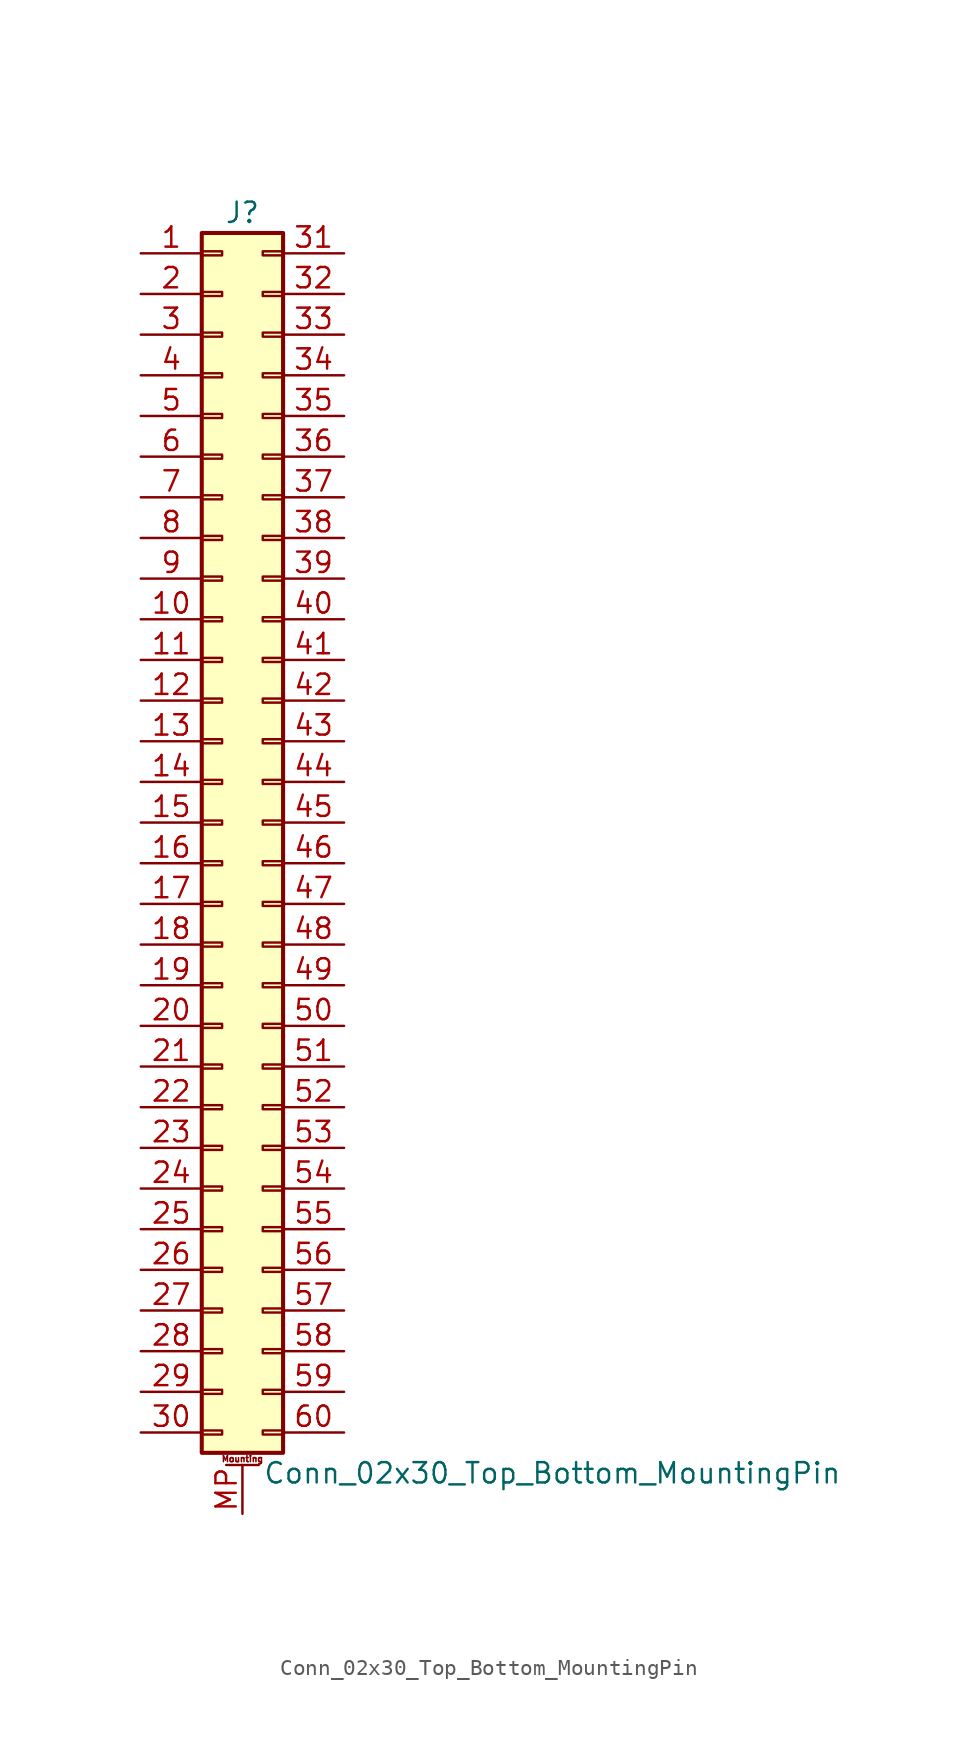
<source format=kicad_sym>
(kicad_symbol_lib
  (version 20201005)
  (generator kicad_symbol_editor)
  (symbol "Connector_Generic_MountingPin:Conn_02x30_Top_Bottom_MountingPin"
    (pin_names
      (offset 1.016) hide)
    (property "Reference" "J"
      (at 1.27 38.1 0)
      (effects (font (size 1.27 1.27))))
    (property "Value" "Conn_02x30_Top_Bottom_MountingPin"
      (at 2.54 -40.64 0)
      (effects (font (size 1.27 1.27)) (justify left)))
    (symbol "Conn_02x30_Top_Bottom_MountingPin_1_1"
      (text "Mounting" (at 1.27 -39.751 0) (effects (font (size 0.381 0.381))))
      (rectangle (start -1.27 -27.813) (end 0 -28.067) (stroke (width 0.152)) (fill (type none)))
      (rectangle (start -1.27 -30.353) (end 0 -30.607) (stroke (width 0.152)) (fill (type none)))
      (rectangle (start -1.27 -32.893) (end 0 -33.147) (stroke (width 0.152)) (fill (type none)))
      (rectangle (start -1.27 -35.433) (end 0 -35.687) (stroke (width 0.152)) (fill (type none)))
      (rectangle (start -1.27 -37.973) (end 0 -38.227) (stroke (width 0.152)) (fill (type none)))
      (rectangle (start -1.27 -4.953) (end 0 -5.207) (stroke (width 0.152)) (fill (type none)))
      (rectangle (start -1.27 -7.493) (end 0 -7.747) (stroke (width 0.152)) (fill (type none)))
      (rectangle (start -1.27 -10.033) (end 0 -10.287) (stroke (width 0.152)) (fill (type none)))
      (rectangle (start -1.27 -12.573) (end 0 -12.827) (stroke (width 0.152)) (fill (type none)))
      (rectangle (start -1.27 -15.113) (end 0 -15.367) (stroke (width 0.152)) (fill (type none)))
      (rectangle (start -1.27 -17.653) (end 0 -17.907) (stroke (width 0.152)) (fill (type none)))
      (rectangle (start -1.27 -20.193) (end 0 -20.447) (stroke (width 0.152)) (fill (type none)))
      (rectangle (start -1.27 -22.733) (end 0 -22.987) (stroke (width 0.152)) (fill (type none)))
      (rectangle (start -1.27 -2.413) (end 0 -2.667) (stroke (width 0.152)) (fill (type none)))
      (rectangle (start -1.27 -25.273) (end 0 -25.527) (stroke (width 0.152)) (fill (type none)))
      (rectangle (start -1.27 25.527) (end 0 25.273) (stroke (width 0.152)) (fill (type none)))
      (rectangle (start -1.27 2.667) (end 0 2.413) (stroke (width 0.152)) (fill (type none)))
      (rectangle (start -1.27 28.067) (end 0 27.813) (stroke (width 0.152)) (fill (type none)))
      (rectangle (start -1.27 30.607) (end 0 30.353) (stroke (width 0.152)) (fill (type none)))
      (rectangle (start -1.27 33.147) (end 0 32.893) (stroke (width 0.152)) (fill (type none)))
      (rectangle (start -1.27 35.687) (end 0 35.433) (stroke (width 0.152)) (fill (type none)))
      (rectangle (start -1.27 36.83) (end 3.81 -39.37) (stroke (width 0.254)) (fill (type background)))
      (rectangle (start -1.27 5.207) (end 0 4.953) (stroke (width 0.152)) (fill (type none)))
      (rectangle (start -1.27 7.747) (end 0 7.493) (stroke (width 0.152)) (fill (type none)))
      (rectangle (start -1.27 10.287) (end 0 10.033) (stroke (width 0.152)) (fill (type none)))
      (rectangle (start -1.27 0.127) (end 0 -0.127) (stroke (width 0.152)) (fill (type none)))
      (rectangle (start -1.27 12.827) (end 0 12.573) (stroke (width 0.152)) (fill (type none)))
      (rectangle (start -1.27 15.367) (end 0 15.113) (stroke (width 0.152)) (fill (type none)))
      (rectangle (start -1.27 17.907) (end 0 17.653) (stroke (width 0.152)) (fill (type none)))
      (rectangle (start -1.27 20.447) (end 0 20.193) (stroke (width 0.152)) (fill (type none)))
      (rectangle (start -1.27 22.987) (end 0 22.733) (stroke (width 0.152)) (fill (type none)))
      (rectangle (start 3.81 -27.813) (end 2.54 -28.067) (stroke (width 0.152)) (fill (type none)))
      (rectangle (start 3.81 -30.353) (end 2.54 -30.607) (stroke (width 0.152)) (fill (type none)))
      (rectangle (start 3.81 -32.893) (end 2.54 -33.147) (stroke (width 0.152)) (fill (type none)))
      (rectangle (start 3.81 -35.433) (end 2.54 -35.687) (stroke (width 0.152)) (fill (type none)))
      (rectangle (start 3.81 -37.973) (end 2.54 -38.227) (stroke (width 0.152)) (fill (type none)))
      (rectangle (start 3.81 -4.953) (end 2.54 -5.207) (stroke (width 0.152)) (fill (type none)))
      (rectangle (start 3.81 -7.493) (end 2.54 -7.747) (stroke (width 0.152)) (fill (type none)))
      (rectangle (start 3.81 -10.033) (end 2.54 -10.287) (stroke (width 0.152)) (fill (type none)))
      (rectangle (start 3.81 -12.573) (end 2.54 -12.827) (stroke (width 0.152)) (fill (type none)))
      (rectangle (start 3.81 -15.113) (end 2.54 -15.367) (stroke (width 0.152)) (fill (type none)))
      (rectangle (start 3.81 -17.653) (end 2.54 -17.907) (stroke (width 0.152)) (fill (type none)))
      (rectangle (start 3.81 -20.193) (end 2.54 -20.447) (stroke (width 0.152)) (fill (type none)))
      (rectangle (start 3.81 -22.733) (end 2.54 -22.987) (stroke (width 0.152)) (fill (type none)))
      (rectangle (start 3.81 -2.413) (end 2.54 -2.667) (stroke (width 0.152)) (fill (type none)))
      (rectangle (start 3.81 -25.273) (end 2.54 -25.527) (stroke (width 0.152)) (fill (type none)))
      (rectangle (start 3.81 25.527) (end 2.54 25.273) (stroke (width 0.152)) (fill (type none)))
      (rectangle (start 3.81 2.667) (end 2.54 2.413) (stroke (width 0.152)) (fill (type none)))
      (rectangle (start 3.81 28.067) (end 2.54 27.813) (stroke (width 0.152)) (fill (type none)))
      (rectangle (start 3.81 30.607) (end 2.54 30.353) (stroke (width 0.152)) (fill (type none)))
      (rectangle (start 3.81 33.147) (end 2.54 32.893) (stroke (width 0.152)) (fill (type none)))
      (rectangle (start 3.81 35.687) (end 2.54 35.433) (stroke (width 0.152)) (fill (type none)))
      (rectangle (start 3.81 5.207) (end 2.54 4.953) (stroke (width 0.152)) (fill (type none)))
      (rectangle (start 3.81 7.747) (end 2.54 7.493) (stroke (width 0.152)) (fill (type none)))
      (rectangle (start 3.81 10.287) (end 2.54 10.033) (stroke (width 0.152)) (fill (type none)))
      (rectangle (start 3.81 0.127) (end 2.54 -0.127) (stroke (width 0.152)) (fill (type none)))
      (rectangle (start 3.81 12.827) (end 2.54 12.573) (stroke (width 0.152)) (fill (type none)))
      (rectangle (start 3.81 15.367) (end 2.54 15.113) (stroke (width 0.152)) (fill (type none)))
      (rectangle (start 3.81 17.907) (end 2.54 17.653) (stroke (width 0.152)) (fill (type none)))
      (rectangle (start 3.81 20.447) (end 2.54 20.193) (stroke (width 0.152)) (fill (type none)))
      (rectangle (start 3.81 22.987) (end 2.54 22.733) (stroke (width 0.152)) (fill (type none)))
      (polyline (pts (xy 0.254 -40.132) (xy 2.286 -40.132)) (stroke (width 0.152)) (fill (type none)))
      (pin passive line (at 1.27 -43.18 90) (length 3.048) (name "MountPin" (effects (font (size 1.27 1.27)))) (number "MP" (effects (font (size 1.27 1.27)))))
      (pin passive line (at -5.08 35.56 0) (length 3.81) (name "Pin_1" (effects (font (size 1.27 1.27)))) (number "1" (effects (font (size 1.27 1.27)))))
      (pin passive line (at -5.08 12.7 0) (length 3.81) (name "Pin_10" (effects (font (size 1.27 1.27)))) (number "10" (effects (font (size 1.27 1.27)))))
      (pin passive line (at -5.08 10.16 0) (length 3.81) (name "Pin_11" (effects (font (size 1.27 1.27)))) (number "11" (effects (font (size 1.27 1.27)))))
      (pin passive line (at -5.08 7.62 0) (length 3.81) (name "Pin_12" (effects (font (size 1.27 1.27)))) (number "12" (effects (font (size 1.27 1.27)))))
      (pin passive line (at -5.08 5.08 0) (length 3.81) (name "Pin_13" (effects (font (size 1.27 1.27)))) (number "13" (effects (font (size 1.27 1.27)))))
      (pin passive line (at -5.08 2.54 0) (length 3.81) (name "Pin_14" (effects (font (size 1.27 1.27)))) (number "14" (effects (font (size 1.27 1.27)))))
      (pin passive line (at -5.08 0 0) (length 3.81) (name "Pin_15" (effects (font (size 1.27 1.27)))) (number "15" (effects (font (size 1.27 1.27)))))
      (pin passive line (at -5.08 -2.54 0) (length 3.81) (name "Pin_16" (effects (font (size 1.27 1.27)))) (number "16" (effects (font (size 1.27 1.27)))))
      (pin passive line (at -5.08 -5.08 0) (length 3.81) (name "Pin_17" (effects (font (size 1.27 1.27)))) (number "17" (effects (font (size 1.27 1.27)))))
      (pin passive line (at -5.08 -7.62 0) (length 3.81) (name "Pin_18" (effects (font (size 1.27 1.27)))) (number "18" (effects (font (size 1.27 1.27)))))
      (pin passive line (at -5.08 -10.16 0) (length 3.81) (name "Pin_19" (effects (font (size 1.27 1.27)))) (number "19" (effects (font (size 1.27 1.27)))))
      (pin passive line (at -5.08 33.02 0) (length 3.81) (name "Pin_2" (effects (font (size 1.27 1.27)))) (number "2" (effects (font (size 1.27 1.27)))))
      (pin passive line (at -5.08 -12.7 0) (length 3.81) (name "Pin_20" (effects (font (size 1.27 1.27)))) (number "20" (effects (font (size 1.27 1.27)))))
      (pin passive line (at -5.08 -15.24 0) (length 3.81) (name "Pin_21" (effects (font (size 1.27 1.27)))) (number "21" (effects (font (size 1.27 1.27)))))
      (pin passive line (at -5.08 -17.78 0) (length 3.81) (name "Pin_22" (effects (font (size 1.27 1.27)))) (number "22" (effects (font (size 1.27 1.27)))))
      (pin passive line (at -5.08 -20.32 0) (length 3.81) (name "Pin_23" (effects (font (size 1.27 1.27)))) (number "23" (effects (font (size 1.27 1.27)))))
      (pin passive line (at -5.08 -22.86 0) (length 3.81) (name "Pin_24" (effects (font (size 1.27 1.27)))) (number "24" (effects (font (size 1.27 1.27)))))
      (pin passive line (at -5.08 -25.4 0) (length 3.81) (name "Pin_25" (effects (font (size 1.27 1.27)))) (number "25" (effects (font (size 1.27 1.27)))))
      (pin passive line (at -5.08 -27.94 0) (length 3.81) (name "Pin_26" (effects (font (size 1.27 1.27)))) (number "26" (effects (font (size 1.27 1.27)))))
      (pin passive line (at -5.08 -30.48 0) (length 3.81) (name "Pin_27" (effects (font (size 1.27 1.27)))) (number "27" (effects (font (size 1.27 1.27)))))
      (pin passive line (at -5.08 -33.02 0) (length 3.81) (name "Pin_28" (effects (font (size 1.27 1.27)))) (number "28" (effects (font (size 1.27 1.27)))))
      (pin passive line (at -5.08 -35.56 0) (length 3.81) (name "Pin_29" (effects (font (size 1.27 1.27)))) (number "29" (effects (font (size 1.27 1.27)))))
      (pin passive line (at -5.08 30.48 0) (length 3.81) (name "Pin_3" (effects (font (size 1.27 1.27)))) (number "3" (effects (font (size 1.27 1.27)))))
      (pin passive line (at -5.08 -38.1 0) (length 3.81) (name "Pin_30" (effects (font (size 1.27 1.27)))) (number "30" (effects (font (size 1.27 1.27)))))
      (pin passive line (at 7.62 35.56 180) (length 3.81) (name "Pin_31" (effects (font (size 1.27 1.27)))) (number "31" (effects (font (size 1.27 1.27)))))
      (pin passive line (at 7.62 33.02 180) (length 3.81) (name "Pin_32" (effects (font (size 1.27 1.27)))) (number "32" (effects (font (size 1.27 1.27)))))
      (pin passive line (at 7.62 30.48 180) (length 3.81) (name "Pin_33" (effects (font (size 1.27 1.27)))) (number "33" (effects (font (size 1.27 1.27)))))
      (pin passive line (at 7.62 27.94 180) (length 3.81) (name "Pin_34" (effects (font (size 1.27 1.27)))) (number "34" (effects (font (size 1.27 1.27)))))
      (pin passive line (at 7.62 25.4 180) (length 3.81) (name "Pin_35" (effects (font (size 1.27 1.27)))) (number "35" (effects (font (size 1.27 1.27)))))
      (pin passive line (at 7.62 22.86 180) (length 3.81) (name "Pin_36" (effects (font (size 1.27 1.27)))) (number "36" (effects (font (size 1.27 1.27)))))
      (pin passive line (at 7.62 20.32 180) (length 3.81) (name "Pin_37" (effects (font (size 1.27 1.27)))) (number "37" (effects (font (size 1.27 1.27)))))
      (pin passive line (at 7.62 17.78 180) (length 3.81) (name "Pin_38" (effects (font (size 1.27 1.27)))) (number "38" (effects (font (size 1.27 1.27)))))
      (pin passive line (at 7.62 15.24 180) (length 3.81) (name "Pin_39" (effects (font (size 1.27 1.27)))) (number "39" (effects (font (size 1.27 1.27)))))
      (pin passive line (at -5.08 27.94 0) (length 3.81) (name "Pin_4" (effects (font (size 1.27 1.27)))) (number "4" (effects (font (size 1.27 1.27)))))
      (pin passive line (at 7.62 12.7 180) (length 3.81) (name "Pin_40" (effects (font (size 1.27 1.27)))) (number "40" (effects (font (size 1.27 1.27)))))
      (pin passive line (at 7.62 10.16 180) (length 3.81) (name "Pin_41" (effects (font (size 1.27 1.27)))) (number "41" (effects (font (size 1.27 1.27)))))
      (pin passive line (at 7.62 7.62 180) (length 3.81) (name "Pin_42" (effects (font (size 1.27 1.27)))) (number "42" (effects (font (size 1.27 1.27)))))
      (pin passive line (at 7.62 5.08 180) (length 3.81) (name "Pin_43" (effects (font (size 1.27 1.27)))) (number "43" (effects (font (size 1.27 1.27)))))
      (pin passive line (at 7.62 2.54 180) (length 3.81) (name "Pin_44" (effects (font (size 1.27 1.27)))) (number "44" (effects (font (size 1.27 1.27)))))
      (pin passive line (at 7.62 0 180) (length 3.81) (name "Pin_45" (effects (font (size 1.27 1.27)))) (number "45" (effects (font (size 1.27 1.27)))))
      (pin passive line (at 7.62 -2.54 180) (length 3.81) (name "Pin_46" (effects (font (size 1.27 1.27)))) (number "46" (effects (font (size 1.27 1.27)))))
      (pin passive line (at 7.62 -5.08 180) (length 3.81) (name "Pin_47" (effects (font (size 1.27 1.27)))) (number "47" (effects (font (size 1.27 1.27)))))
      (pin passive line (at 7.62 -7.62 180) (length 3.81) (name "Pin_48" (effects (font (size 1.27 1.27)))) (number "48" (effects (font (size 1.27 1.27)))))
      (pin passive line (at 7.62 -10.16 180) (length 3.81) (name "Pin_49" (effects (font (size 1.27 1.27)))) (number "49" (effects (font (size 1.27 1.27)))))
      (pin passive line (at -5.08 25.4 0) (length 3.81) (name "Pin_5" (effects (font (size 1.27 1.27)))) (number "5" (effects (font (size 1.27 1.27)))))
      (pin passive line (at 7.62 -12.7 180) (length 3.81) (name "Pin_50" (effects (font (size 1.27 1.27)))) (number "50" (effects (font (size 1.27 1.27)))))
      (pin passive line (at 7.62 -15.24 180) (length 3.81) (name "Pin_51" (effects (font (size 1.27 1.27)))) (number "51" (effects (font (size 1.27 1.27)))))
      (pin passive line (at 7.62 -17.78 180) (length 3.81) (name "Pin_52" (effects (font (size 1.27 1.27)))) (number "52" (effects (font (size 1.27 1.27)))))
      (pin passive line (at 7.62 -20.32 180) (length 3.81) (name "Pin_53" (effects (font (size 1.27 1.27)))) (number "53" (effects (font (size 1.27 1.27)))))
      (pin passive line (at 7.62 -22.86 180) (length 3.81) (name "Pin_54" (effects (font (size 1.27 1.27)))) (number "54" (effects (font (size 1.27 1.27)))))
      (pin passive line (at 7.62 -25.4 180) (length 3.81) (name "Pin_55" (effects (font (size 1.27 1.27)))) (number "55" (effects (font (size 1.27 1.27)))))
      (pin passive line (at 7.62 -27.94 180) (length 3.81) (name "Pin_56" (effects (font (size 1.27 1.27)))) (number "56" (effects (font (size 1.27 1.27)))))
      (pin passive line (at 7.62 -30.48 180) (length 3.81) (name "Pin_57" (effects (font (size 1.27 1.27)))) (number "57" (effects (font (size 1.27 1.27)))))
      (pin passive line (at 7.62 -33.02 180) (length 3.81) (name "Pin_58" (effects (font (size 1.27 1.27)))) (number "58" (effects (font (size 1.27 1.27)))))
      (pin passive line (at 7.62 -35.56 180) (length 3.81) (name "Pin_59" (effects (font (size 1.27 1.27)))) (number "59" (effects (font (size 1.27 1.27)))))
      (pin passive line (at -5.08 22.86 0) (length 3.81) (name "Pin_6" (effects (font (size 1.27 1.27)))) (number "6" (effects (font (size 1.27 1.27)))))
      (pin passive line (at 7.62 -38.1 180) (length 3.81) (name "Pin_60" (effects (font (size 1.27 1.27)))) (number "60" (effects (font (size 1.27 1.27)))))
      (pin passive line (at -5.08 20.32 0) (length 3.81) (name "Pin_7" (effects (font (size 1.27 1.27)))) (number "7" (effects (font (size 1.27 1.27)))))
      (pin passive line (at -5.08 17.78 0) (length 3.81) (name "Pin_8" (effects (font (size 1.27 1.27)))) (number "8" (effects (font (size 1.27 1.27)))))
      (pin passive line (at -5.08 15.24 0) (length 3.81) (name "Pin_9" (effects (font (size 1.27 1.27)))) (number "9" (effects (font (size 1.27 1.27))))))))
</source>
